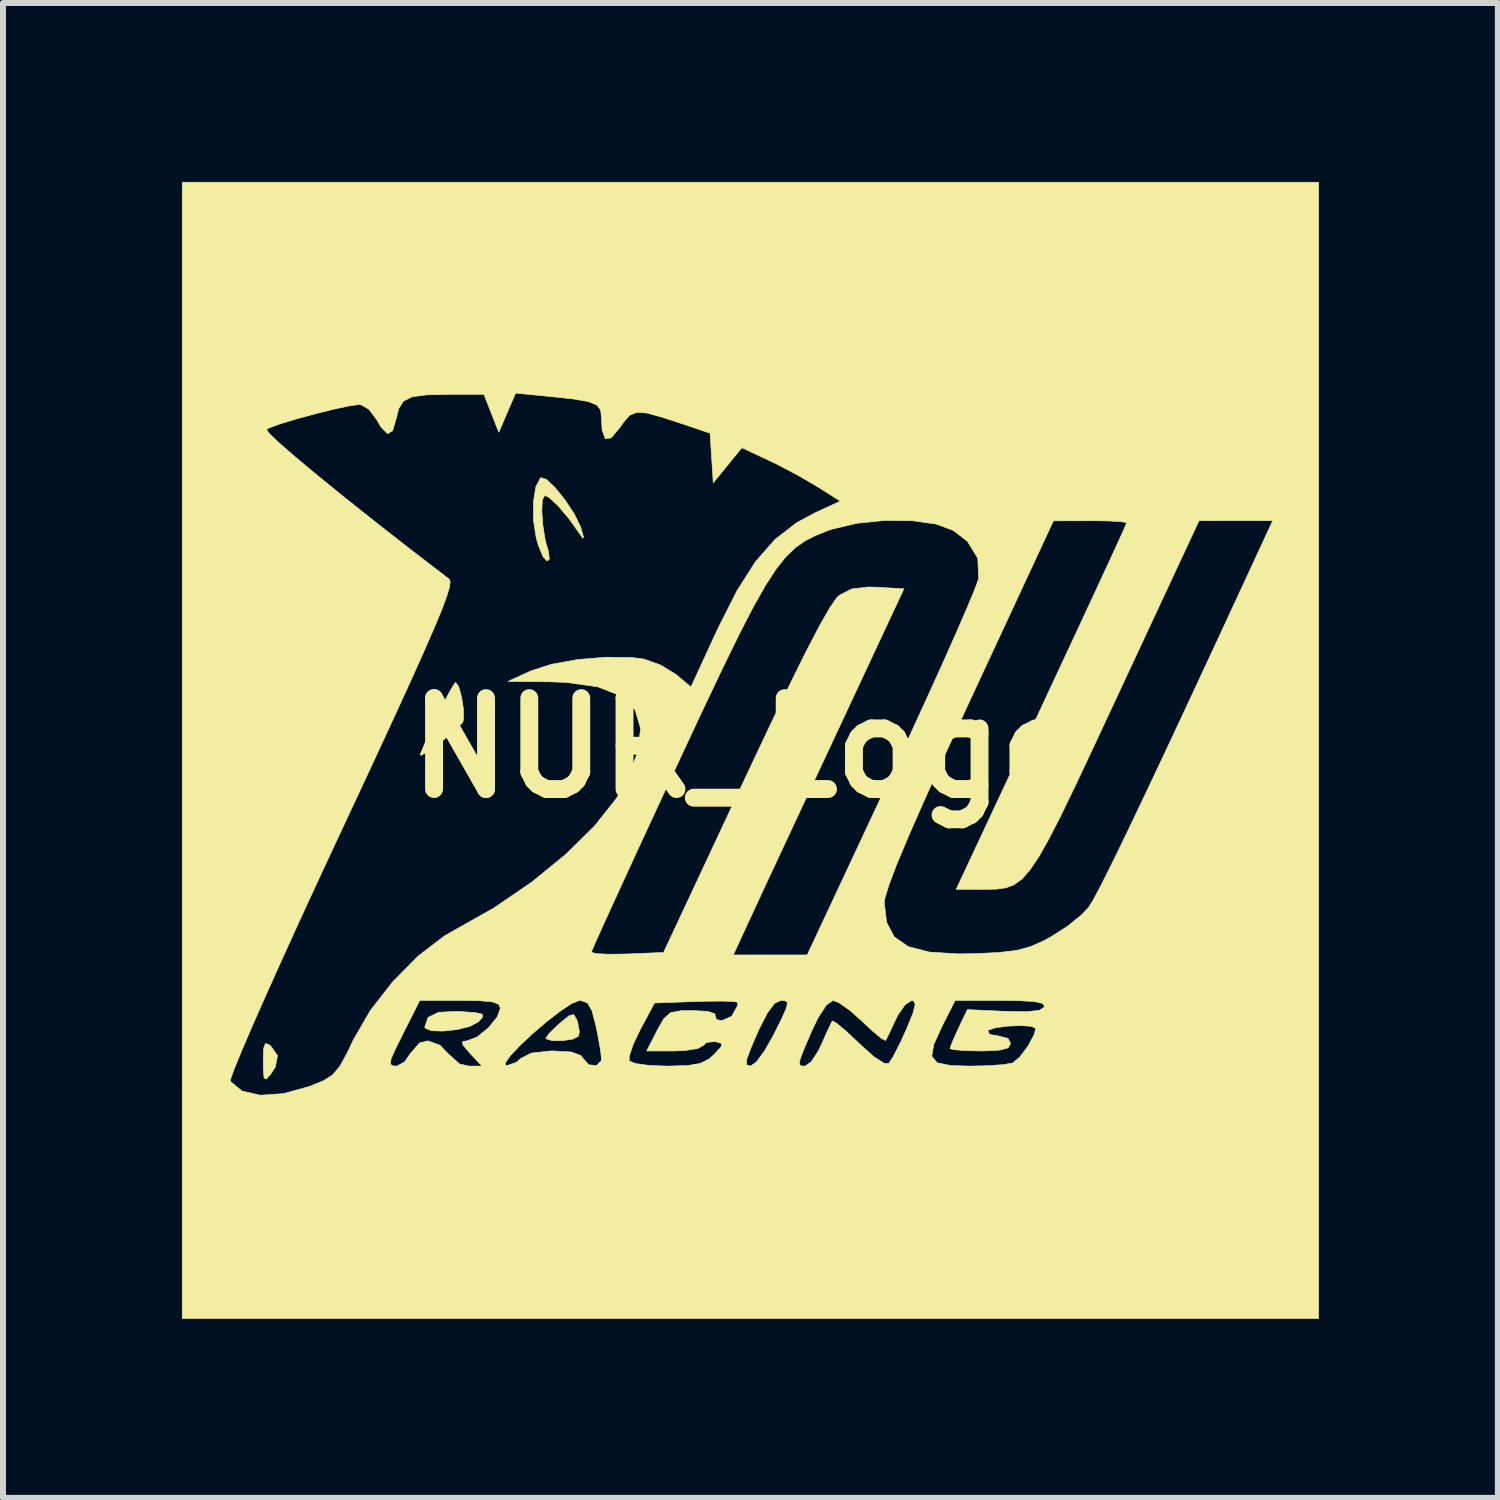
<source format=kicad_pcb>
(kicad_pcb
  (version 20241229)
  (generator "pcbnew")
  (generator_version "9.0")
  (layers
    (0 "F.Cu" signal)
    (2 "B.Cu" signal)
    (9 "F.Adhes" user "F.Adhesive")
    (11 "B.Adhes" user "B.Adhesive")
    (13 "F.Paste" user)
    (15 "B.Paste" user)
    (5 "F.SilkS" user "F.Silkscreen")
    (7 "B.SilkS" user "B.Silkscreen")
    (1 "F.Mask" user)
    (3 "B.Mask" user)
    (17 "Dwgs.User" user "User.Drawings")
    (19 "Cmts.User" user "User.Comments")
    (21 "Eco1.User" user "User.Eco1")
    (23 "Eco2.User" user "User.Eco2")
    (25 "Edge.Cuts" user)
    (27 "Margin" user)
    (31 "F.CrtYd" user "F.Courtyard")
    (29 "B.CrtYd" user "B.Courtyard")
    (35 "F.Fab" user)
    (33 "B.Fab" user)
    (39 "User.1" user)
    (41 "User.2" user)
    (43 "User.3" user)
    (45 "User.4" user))
  (footprint "NUR_Logo"
    (layer "F.Cu")
    (at 9.488 9.488)
    (property "Reference" "NUR_Logo" (at 0 0 0) (layer "F.SilkS") (effects (font (size 1.524 1.524) (thickness 0.3))))
    (attr through_hole)
    (fp_poly (pts (xy -8.018 4.982) (xy -8.001 4.995) (xy -7.886 5.158) (xy -7.922 5.348) (xy -7.998 5.466) (xy -8.075 5.553) (xy -8.112 5.53) (xy -8.124 5.371) (xy -8.125 5.26) (xy -8.119 5.037) (xy -8.088 4.954) (xy -8.018 4.982)) (stroke (width 0.01) (type solid)) (fill yes) (layer "F.SilkS"))
    (fp_poly (pts (xy -4.823 4.419) (xy -4.567 4.438) (xy -4.452 4.465) (xy -4.452 4.518) (xy -4.52 4.593) (xy -4.661 4.668) (xy -4.876 4.722) (xy -5.111 4.747) (xy -5.308 4.741) (xy -5.412 4.696) (xy -5.417 4.678) (xy -5.361 4.517) (xy -5.186 4.432) (xy -4.874 4.416) (xy -4.823 4.419)) (stroke (width 0.01) (type solid)) (fill yes) (layer "F.SilkS"))
    (fp_poly (pts (xy -2.871 4.552) (xy -2.857 4.587) (xy -2.825 4.757) (xy -2.841 4.834) (xy -2.939 4.882) (xy -3.111 4.908) (xy -3.284 4.907) (xy -3.382 4.876) (xy -3.387 4.864) (xy -3.329 4.784) (xy -3.187 4.646) (xy -3.154 4.617) (xy -2.998 4.49) (xy -2.92 4.47) (xy -2.871 4.552)) (stroke (width 0.01) (type solid)) (fill yes) (layer "F.SilkS"))
    (fp_poly (pts (xy -4.848 -1.027) (xy -4.8 -0.855) (xy -4.769 -0.65) (xy -4.766 -0.481) (xy -4.781 -0.428) (xy -4.869 -0.332) (xy -5.024 -0.197) (xy -5.204 -0.055) (xy -5.369 0.062) (xy -5.476 0.123) (xy -5.495 0.115) (xy -5.396 -0.125) (xy -5.269 -0.405) (xy -5.135 -0.683) (xy -5.014 -0.918) (xy -4.927 -1.067) (xy -4.899 -1.098) (xy -4.848 -1.027)) (stroke (width 0.01) (type solid)) (fill yes) (layer "F.SilkS"))
    (fp_poly (pts (xy -3.376 -4.5) (xy -3.231 -4.362) (xy -3.067 -4.158) (xy -2.916 -3.931) (xy -2.811 -3.719) (xy -2.8 -3.688) (xy -2.754 -3.53) (xy -2.769 -3.516) (xy -2.819 -3.589) (xy -3 -3.843) (xy -3.184 -4.061) (xy -3.337 -4.201) (xy -3.406 -4.233) (xy -3.446 -4.159) (xy -3.455 -3.972) (xy -3.437 -3.726) (xy -3.396 -3.472) (xy -3.341 -3.281) (xy -3.33 -3.16) (xy -3.368 -3.133) (xy -3.435 -3.207) (xy -3.513 -3.396) (xy -3.549 -3.52) (xy -3.595 -3.819) (xy -3.596 -4.124) (xy -3.555 -4.377) (xy -3.478 -4.525) (xy -3.469 -4.531) (xy -3.376 -4.5)) (stroke (width 0.01) (type solid)) (fill yes) (layer "F.SilkS"))
    (fp_poly (pts (xy 9.567 9.567) (xy -9.483 9.567) (xy -9.483 5.588) (xy -8.678 5.588) (xy -8.482 5.752) (xy -8.174 5.822) (xy -7.783 5.795) (xy -7.348 5.674) (xy -7.119 5.581) (xy -6.962 5.482) (xy -6.84 5.336) (xy -6.82 5.301) (xy -5.995 5.301) (xy -5.952 5.331) (xy -5.883 5.334) (xy -5.756 5.264) (xy -5.657 5.122) (xy -5.504 4.946) (xy -5.365 4.911) (xy -5.163 4.984) (xy -5.03 5.122) (xy -4.833 5.299) (xy -4.675 5.334) (xy -4.458 5.334) (xy -4.506 5.283) (xy -4.07 5.283) (xy -4.053 5.33) (xy -3.886 5.273) (xy -3.81 5.207) (xy -3.633 5.116) (xy -3.305 5.08) (xy -3.258 5.08) (xy -2.959 5.098) (xy -2.8 5.157) (xy -2.763 5.207) (xy -2.666 5.312) (xy -2.539 5.325) (xy -2.464 5.249) (xy -1.99 5.249) (xy -1.885 5.291) (xy -1.659 5.322) (xy -1.36 5.334) (xy -1.35 5.334) (xy -1.018 5.325) (xy -0.94 5.313) (xy -0.022 5.313) (xy 0.045 5.334) (xy 0.086 5.304) (xy 0.861 5.304) (xy 0.897 5.332) (xy 0.961 5.334) (xy 1.06 5.263) (xy 1.179 5.083) (xy 1.231 4.974) (xy 1.33 4.752) (xy 1.4 4.605) (xy 1.416 4.577) (xy 1.484 4.613) (xy 1.639 4.742) (xy 1.848 4.938) (xy 1.864 4.954) (xy 2.114 5.179) (xy 2.288 5.289) (xy 2.363 5.288) (xy 2.437 5.172) (xy 2.44 5.167) (xy 3.082 5.167) (xy 3.17 5.277) (xy 3.396 5.325) (xy 3.716 5.334) (xy 4.033 5.327) (xy 4.294 5.308) (xy 4.441 5.281) (xy 4.562 5.178) (xy 4.699 4.993) (xy 4.801 4.801) (xy 4.826 4.703) (xy 4.753 4.667) (xy 4.574 4.655) (xy 4.353 4.664) (xy 4.151 4.691) (xy 4.03 4.732) (xy 4.022 4.741) (xy 4.052 4.804) (xy 4.186 4.826) (xy 4.36 4.869) (xy 4.403 4.953) (xy 4.364 5.027) (xy 4.225 5.066) (xy 3.956 5.08) (xy 3.895 5.08) (xy 3.627 5.074) (xy 3.443 5.058) (xy 3.387 5.041) (xy 3.42 4.946) (xy 3.502 4.76) (xy 3.533 4.694) (xy 3.679 4.387) (xy 4.309 4.416) (xy 4.67 4.422) (xy 4.885 4.399) (xy 4.972 4.343) (xy 4.974 4.339) (xy 4.947 4.286) (xy 4.809 4.253) (xy 4.54 4.237) (xy 4.242 4.233) (xy 3.474 4.233) (xy 3.255 4.665) (xy 3.116 4.971) (xy 3.082 5.167) (xy 2.44 5.167) (xy 2.55 4.951) (xy 2.656 4.72) (xy 2.767 4.448) (xy 2.805 4.296) (xy 2.774 4.237) (xy 2.746 4.233) (xy 2.636 4.304) (xy 2.513 4.48) (xy 2.478 4.551) (xy 2.382 4.758) (xy 2.317 4.889) (xy 2.308 4.905) (xy 2.24 4.871) (xy 2.088 4.745) (xy 1.921 4.588) (xy 1.706 4.397) (xy 1.52 4.268) (xy 1.426 4.233) (xy 1.314 4.311) (xy 1.173 4.53) (xy 1.069 4.747) (xy 0.941 5.045) (xy 0.874 5.22) (xy 0.861 5.304) (xy 0.086 5.304) (xy 0.143 5.264) (xy 0.279 5.079) (xy 0.422 4.828) (xy 0.57 4.532) (xy 0.648 4.355) (xy 0.662 4.267) (xy 0.619 4.237) (xy 0.553 4.233) (xy 0.448 4.281) (xy 0.33 4.437) (xy 0.184 4.721) (xy 0.056 5.016) (xy -0.02 5.22) (xy -0.022 5.313) (xy -0.94 5.313) (xy -0.804 5.291) (xy -0.656 5.218) (xy -0.572 5.144) (xy -0.449 5.012) (xy -0.444 4.953) (xy -0.548 4.923) (xy -0.697 4.937) (xy -0.745 4.986) (xy -0.842 5.04) (xy -1.061 5.074) (xy -1.236 5.08) (xy -1.697 5.08) (xy -1.524 4.741) (xy -1.411 4.54) (xy -1.299 4.44) (xy -1.126 4.406) (xy -0.925 4.403) (xy -0.67 4.417) (xy -0.552 4.458) (xy -0.55 4.487) (xy -0.526 4.555) (xy -0.437 4.572) (xy -0.272 4.499) (xy -0.176 4.326) (xy -0.169 4.265) (xy -0.247 4.25) (xy -0.455 4.244) (xy -0.753 4.248) (xy -0.868 4.251) (xy -1.566 4.276) (xy -1.804 4.72) (xy -1.923 4.97) (xy -1.989 5.166) (xy -1.99 5.249) (xy -2.464 5.249) (xy -2.459 5.244) (xy -2.455 5.211) (xy -2.472 5.061) (xy -2.516 4.815) (xy -2.547 4.661) (xy -2.615 4.403) (xy -2.69 4.274) (xy -2.799 4.235) (xy -2.822 4.234) (xy -2.947 4.281) (xy -3.137 4.406) (xy -3.365 4.581) (xy -3.601 4.782) (xy -3.816 4.983) (xy -3.982 5.159) (xy -4.07 5.283) (xy -4.506 5.283) (xy -4.657 5.122) (xy -4.778 4.98) (xy -4.782 4.921) (xy -4.71 4.911) (xy -4.54 4.847) (xy -4.351 4.694) (xy -4.201 4.509) (xy -4.149 4.364) (xy -4.178 4.297) (xy -4.286 4.257) (xy -4.505 4.238) (xy -4.825 4.233) (xy -5.501 4.233) (xy -5.756 4.739) (xy -5.904 5.036) (xy -5.982 5.213) (xy -5.995 5.301) (xy -6.82 5.301) (xy -6.712 5.102) (xy -6.614 4.894) (xy -6.33 4.403) (xy -5.953 3.919) (xy -5.525 3.487) (xy -5.444 3.425) (xy -2.625 3.425) (xy -2.547 3.448) (xy -2.343 3.459) (xy -2.054 3.455) (xy -2.019 3.454) (xy -1.414 3.429) (xy -0.051 0.516) (xy 0.354 -0.342) (xy 0.696 -1.052) (xy 0.976 -1.617) (xy 1.2 -2.046) (xy 1.369 -2.343) (xy 1.488 -2.516) (xy 1.53 -2.558) (xy 1.741 -2.665) (xy 2.02 -2.698) (xy 2.181 -2.693) (xy 2.615 -2.667) (xy 1.389 -0.042) (xy 1.089 0.599) (xy 0.804 1.211) (xy 0.543 1.77) (xy 0.316 2.256) (xy 0.135 2.647) (xy 0.008 2.92) (xy -0.041 3.027) (xy -0.245 3.471) (xy 0.994 3.471) (xy 1.405 2.593) (xy 2.286 2.593) (xy 2.325 2.925) (xy 2.454 3.168) (xy 2.688 3.331) (xy 3.045 3.423) (xy 3.54 3.453) (xy 3.81 3.449) (xy 4.215 3.429) (xy 4.506 3.394) (xy 4.739 3.331) (xy 4.968 3.228) (xy 5.069 3.174) (xy 5.353 2.993) (xy 5.601 2.792) (xy 5.715 2.669) (xy 5.794 2.539) (xy 5.926 2.291) (xy 6.112 1.919) (xy 6.355 1.419) (xy 6.656 0.788) (xy 7.019 0.019) (xy 7.444 -0.89) (xy 7.935 -1.945) (xy 8.475 -3.111) (xy 8.798 -3.81) (xy 7.563 -3.81) (xy 6.179 -0.841) (xy 5.813 -0.056) (xy 5.51 0.589) (xy 5.259 1.109) (xy 5.051 1.516) (xy 4.877 1.825) (xy 4.727 2.048) (xy 4.591 2.201) (xy 4.459 2.296) (xy 4.322 2.346) (xy 4.171 2.367) (xy 3.995 2.371) (xy 3.909 2.371) (xy 3.491 2.371) (xy 4.921 -0.684) (xy 5.233 -1.353) (xy 5.522 -1.973) (xy 5.78 -2.528) (xy 5.999 -3.001) (xy 6.172 -3.376) (xy 6.29 -3.635) (xy 6.346 -3.763) (xy 6.35 -3.774) (xy 6.272 -3.791) (xy 6.067 -3.804) (xy 5.777 -3.809) (xy 5.736 -3.808) (xy 5.122 -3.807) (xy 3.704 -0.756) (xy 3.294 0.134) (xy 2.957 0.878) (xy 2.691 1.483) (xy 2.494 1.954) (xy 2.364 2.297) (xy 2.297 2.517) (xy 2.286 2.593) (xy 1.405 2.593) (xy 2.41 0.445) (xy 2.724 -0.232) (xy 3.016 -0.869) (xy 3.279 -1.449) (xy 3.503 -1.953) (xy 3.68 -2.363) (xy 3.804 -2.66) (xy 3.865 -2.827) (xy 3.869 -2.846) (xy 3.853 -3.181) (xy 3.68 -3.463) (xy 3.445 -3.645) (xy 3.154 -3.753) (xy 2.753 -3.809) (xy 2.294 -3.813) (xy 1.829 -3.766) (xy 1.408 -3.667) (xy 1.333 -3.641) (xy 1.134 -3.561) (xy 0.958 -3.471) (xy 0.795 -3.357) (xy 0.636 -3.204) (xy 0.473 -2.999) (xy 0.296 -2.727) (xy 0.096 -2.374) (xy -0.136 -1.926) (xy -0.409 -1.368) (xy -0.733 -0.687) (xy -1.116 0.132) (xy -1.179 0.267) (xy -1.493 0.943) (xy -1.784 1.571) (xy -2.043 2.134) (xy -2.264 2.616) (xy -2.439 3) (xy -2.56 3.27) (xy -2.62 3.41) (xy -2.625 3.425) (xy -5.444 3.425) (xy -5.088 3.152) (xy -4.909 3.05) (xy -4.25 2.678) (xy -3.622 2.248) (xy -3.053 1.784) (xy -2.571 1.309) (xy -2.204 0.847) (xy -2.039 0.564) (xy -1.849 0.075) (xy -1.799 -0.326) (xy -1.892 -0.64) (xy -2.131 -0.872) (xy -2.516 -1.024) (xy -3.051 -1.099) (xy -3.32 -1.108) (xy -4.022 -1.115) (xy -3.641 -1.29) (xy -3.295 -1.402) (xy -2.85 -1.482) (xy -2.375 -1.521) (xy -1.936 -1.514) (xy -1.745 -1.489) (xy -1.468 -1.392) (xy -1.209 -1.234) (xy -1.2 -1.227) (xy -0.955 -1.021) (xy -0.502 -2.003) (xy -0.183 -2.635) (xy 0.129 -3.125) (xy 0.457 -3.497) (xy 0.821 -3.778) (xy 1.114 -3.935) (xy 1.549 -4.137) (xy 1.171 -4.376) (xy 0.864 -4.556) (xy 0.51 -4.744) (xy 0.346 -4.823) (xy -0.101 -5.032) (xy -0.341 -4.739) (xy -0.581 -4.445) (xy -0.608 -4.861) (xy -0.635 -5.276) (xy -1.058 -5.419) (xy -1.439 -5.544) (xy -1.696 -5.614) (xy -1.864 -5.625) (xy -1.979 -5.578) (xy -2.077 -5.47) (xy -2.145 -5.373) (xy -2.292 -5.198) (xy -2.391 -5.183) (xy -2.444 -5.329) (xy -2.455 -5.544) (xy -2.47 -5.666) (xy -2.534 -5.749) (xy -2.677 -5.806) (xy -2.931 -5.85) (xy -3.293 -5.889) (xy -3.894 -5.948) (xy -4.035 -5.62) (xy -4.176 -5.292) (xy -4.301 -5.609) (xy -4.426 -5.927) (xy -5 -5.927) (xy -5.382 -5.919) (xy -5.629 -5.886) (xy -5.776 -5.813) (xy -5.855 -5.685) (xy -5.891 -5.537) (xy -5.956 -5.318) (xy -6.041 -5.266) (xy -6.152 -5.38) (xy -6.223 -5.503) (xy -6.354 -5.677) (xy -6.495 -5.757) (xy -6.506 -5.757) (xy -6.671 -5.736) (xy -6.934 -5.68) (xy -7.249 -5.602) (xy -7.568 -5.515) (xy -7.843 -5.432) (xy -8.026 -5.365) (xy -8.07 -5.34) (xy -8.025 -5.271) (xy -7.858 -5.112) (xy -7.584 -4.874) (xy -7.216 -4.567) (xy -6.769 -4.204) (xy -6.256 -3.796) (xy -5.691 -3.354) (xy -5.087 -2.89) (xy -5.008 -2.829) (xy -4.991 -2.787) (xy -5.002 -2.697) (xy -5.046 -2.549) (xy -5.127 -2.33) (xy -5.251 -2.03) (xy -5.422 -1.638) (xy -5.645 -1.141) (xy -5.925 -0.529) (xy -6.267 0.21) (xy -6.676 1.087) (xy -6.812 1.378) (xy -7.176 2.159) (xy -7.515 2.895) (xy -7.823 3.572) (xy -8.094 4.175) (xy -8.321 4.69) (xy -8.497 5.102) (xy -8.618 5.397) (xy -8.675 5.56) (xy -8.678 5.588) (xy -9.483 5.588) (xy -9.483 -9.483) (xy 9.567 -9.483) (xy 9.567 9.567)) (stroke (width 0.01) (type solid)) (fill yes) (layer "F.SilkS")))
  (gr_rect
    (start -3 -3)
    (end 22.06 22.06)
    (stroke (width 0.1) (type default))
    (fill no)
    (layer "Edge.Cuts")))
</source>
